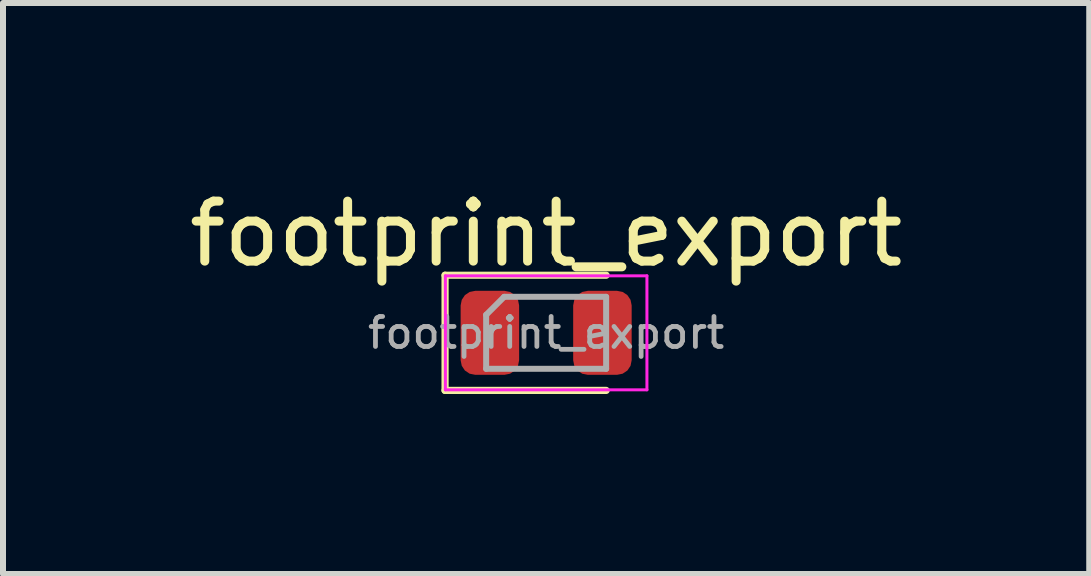
<source format=kicad_pcb>
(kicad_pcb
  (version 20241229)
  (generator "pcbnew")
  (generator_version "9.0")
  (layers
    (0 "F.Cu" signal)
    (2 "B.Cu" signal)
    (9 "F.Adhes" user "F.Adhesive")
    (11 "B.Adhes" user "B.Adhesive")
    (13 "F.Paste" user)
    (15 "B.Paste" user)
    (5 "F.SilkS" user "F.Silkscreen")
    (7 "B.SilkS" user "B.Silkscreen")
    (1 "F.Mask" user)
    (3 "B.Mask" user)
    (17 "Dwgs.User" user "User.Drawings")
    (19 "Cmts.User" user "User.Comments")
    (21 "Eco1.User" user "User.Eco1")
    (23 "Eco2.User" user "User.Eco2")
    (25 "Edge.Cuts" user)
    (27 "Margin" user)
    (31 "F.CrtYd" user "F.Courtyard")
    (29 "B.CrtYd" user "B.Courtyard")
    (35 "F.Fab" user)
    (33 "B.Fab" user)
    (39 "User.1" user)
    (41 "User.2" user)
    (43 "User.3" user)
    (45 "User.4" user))
  (footprint "footprint_export"
    (layer "F.Cu")
    (at 6.054 2.498)
    (property "Reference" "footprint_export" (at 0 -1.65 0) (layer "F.SilkS") (effects (font (size 1 1) (thickness 0.15))))
    (attr smd)
    (fp_line (start -1.685 -0.96) (end -1.685 0.96) (stroke (width 0.12) (type solid)) (layer "F.SilkS"))
    (fp_line (start -1.685 0.96) (end 1 0.96) (stroke (width 0.12) (type solid)) (layer "F.SilkS"))
    (fp_line (start 1 -0.96) (end -1.685 -0.96) (stroke (width 0.12) (type solid)) (layer "F.SilkS"))
    (fp_line (start -1.68 -0.95) (end 1.68 -0.95) (stroke (width 0.05) (type solid)) (layer "F.CrtYd"))
    (fp_line (start -1.68 0.95) (end -1.68 -0.95) (stroke (width 0.05) (type solid)) (layer "F.CrtYd"))
    (fp_line (start 1.68 -0.95) (end 1.68 0.95) (stroke (width 0.05) (type solid)) (layer "F.CrtYd"))
    (fp_line (start 1.68 0.95) (end -1.68 0.95) (stroke (width 0.05) (type solid)) (layer "F.CrtYd"))
    (fp_line (start -1 -0.3) (end -1 0.6) (stroke (width 0.1) (type solid)) (layer "F.Fab"))
    (fp_line (start -1 0.6) (end 1 0.6) (stroke (width 0.1) (type solid)) (layer "F.Fab"))
    (fp_line (start -0.7 -0.6) (end -1 -0.3) (stroke (width 0.1) (type solid)) (layer "F.Fab"))
    (fp_line (start 1 -0.6) (end -0.7 -0.6) (stroke (width 0.1) (type solid)) (layer "F.Fab"))
    (fp_line (start 1 0.6) (end 1 -0.6) (stroke (width 0.1) (type solid)) (layer "F.Fab"))
    (fp_text user "${REFERENCE}" (at 0 0 0) (layer "F.Fab") (effects (font (size 0.5 0.5) (thickness 0.08))))
    (pad "1" smd roundrect (at -0.938 0) (size 0.975 1.4) (layers "F.Cu" "F.Mask" "F.Paste") (roundrect_rratio 0.25))
    (pad "2" smd roundrect (at 0.938 0) (size 0.975 1.4) (layers "F.Cu" "F.Mask" "F.Paste") (roundrect_rratio 0.25)))
  (gr_rect
    (start -3 -3)
    (end 15.107 6.518)
    (stroke (width 0.1) (type default))
    (fill no)
    (layer "Edge.Cuts")))
</source>
